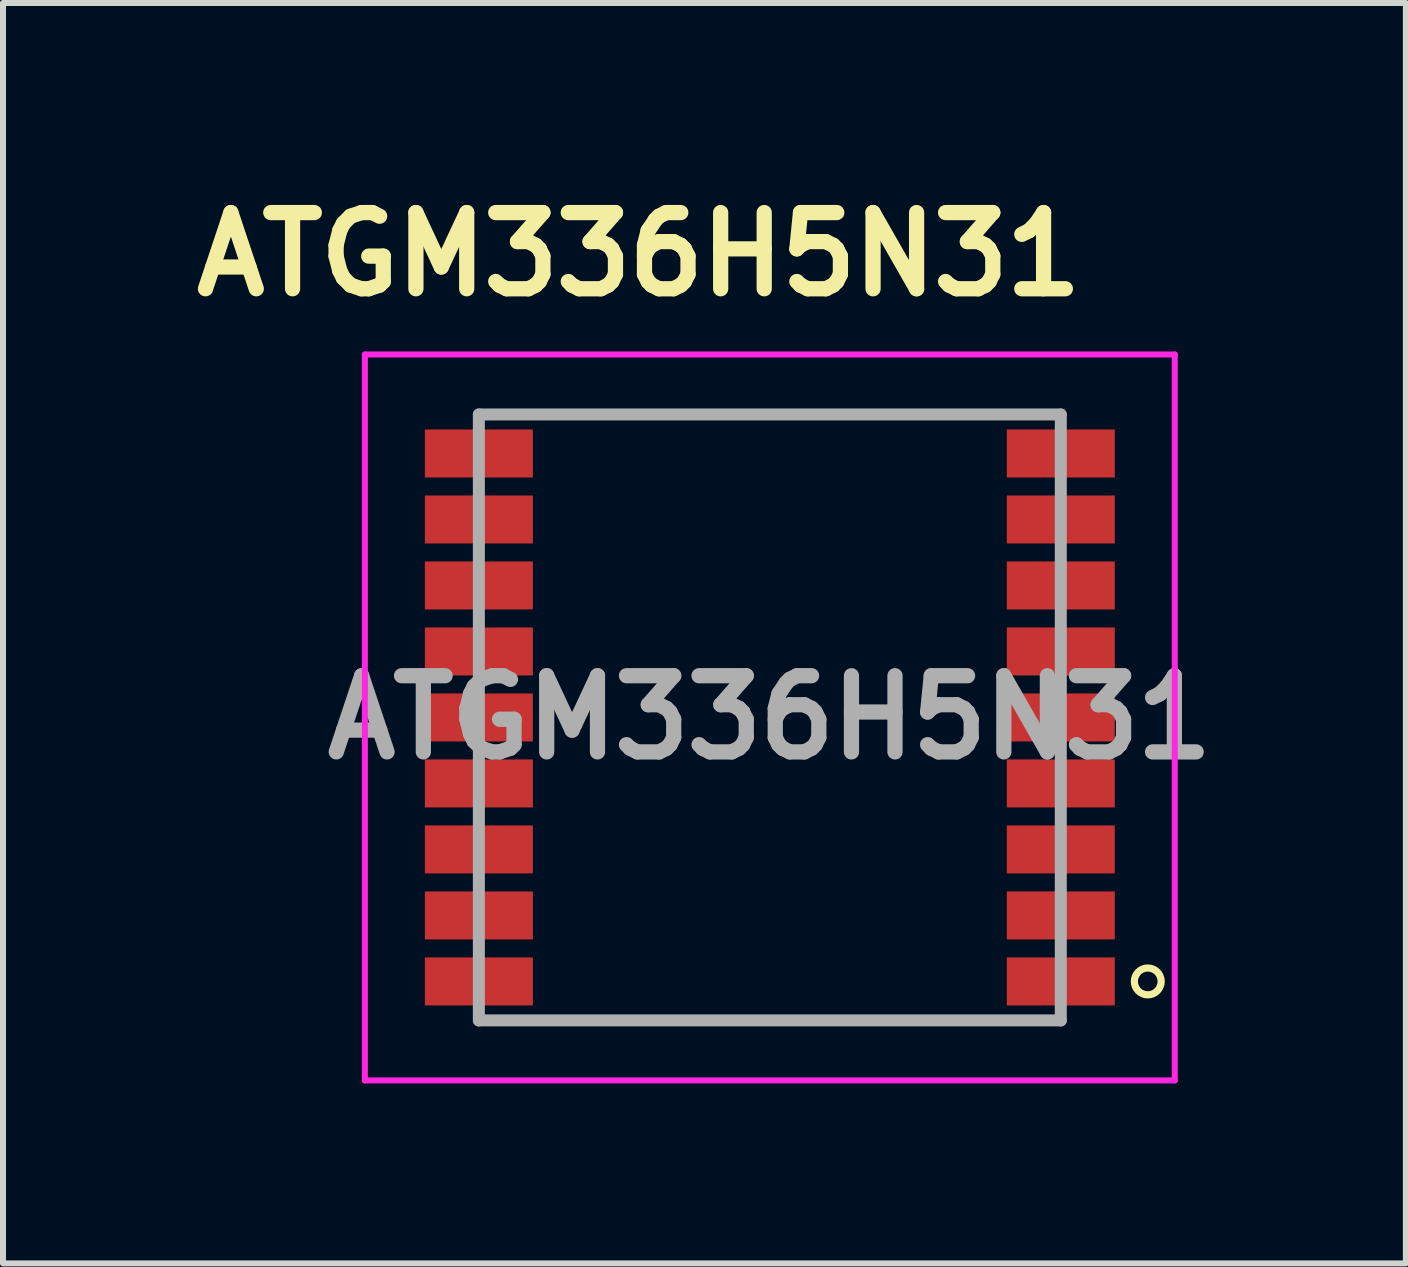
<source format=kicad_pcb>
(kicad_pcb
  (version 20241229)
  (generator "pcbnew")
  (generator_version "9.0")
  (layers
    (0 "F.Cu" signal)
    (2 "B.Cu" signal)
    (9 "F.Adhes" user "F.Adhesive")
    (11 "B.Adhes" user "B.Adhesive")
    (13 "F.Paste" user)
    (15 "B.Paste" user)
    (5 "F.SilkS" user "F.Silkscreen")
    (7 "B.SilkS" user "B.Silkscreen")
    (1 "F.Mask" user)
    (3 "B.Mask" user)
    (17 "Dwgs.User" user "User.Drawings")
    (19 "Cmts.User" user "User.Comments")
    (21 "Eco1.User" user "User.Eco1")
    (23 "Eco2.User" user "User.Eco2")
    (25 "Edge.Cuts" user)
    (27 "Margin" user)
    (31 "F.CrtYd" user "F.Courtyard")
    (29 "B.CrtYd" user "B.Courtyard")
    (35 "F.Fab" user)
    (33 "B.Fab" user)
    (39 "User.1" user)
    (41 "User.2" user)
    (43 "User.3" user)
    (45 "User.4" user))
  (footprint "ATGM336H5N31"
    (layer "F.Cu")
    (at 9.782 8.909)
    (property "Reference" "ATGM336H5N31" (at -2.18 -7.72 0) (layer "F.SilkS") (effects (font (size 1.27 1.27) (thickness 0.254))))
    (attr smd)
    (fp_circle (center 6.3 4.4) (end 6.4 4.6) (stroke (width 0.12) (type solid)) (fill no) (layer "F.SilkS"))
    (fp_line (start -6.75 -6.05) (end 6.75 -6.05) (stroke (width 0.1) (type solid)) (layer "F.CrtYd"))
    (fp_line (start -6.75 6.05) (end -6.75 -6.05) (stroke (width 0.1) (type solid)) (layer "F.CrtYd"))
    (fp_line (start 6.75 -6.05) (end 6.75 6.05) (stroke (width 0.1) (type solid)) (layer "F.CrtYd"))
    (fp_line (start 6.75 6.05) (end -6.75 6.05) (stroke (width 0.1) (type solid)) (layer "F.CrtYd"))
    (fp_line (start -4.85 -5.05) (end 4.85 -5.05) (stroke (width 0.2) (type solid)) (layer "F.Fab"))
    (fp_line (start -4.85 5.05) (end -4.85 -5.05) (stroke (width 0.2) (type solid)) (layer "F.Fab"))
    (fp_line (start 4.85 -5.05) (end 4.85 5.05) (stroke (width 0.2) (type solid)) (layer "F.Fab"))
    (fp_line (start 4.85 5.05) (end -4.85 5.05) (stroke (width 0.2) (type solid)) (layer "F.Fab"))
    (fp_text user "${REFERENCE}" (at 0 0 0) (layer "F.Fab") (effects (font (size 1.27 1.27) (thickness 0.254))))
    (pad "1" smd rect (at 4.85 4.4 90) (size 0.8 1.8) (layers "F.Cu" "F.Mask" "F.Paste"))
    (pad "2" smd rect (at 4.85 3.3 90) (size 0.8 1.8) (layers "F.Cu" "F.Mask" "F.Paste"))
    (pad "3" smd rect (at 4.85 2.2 90) (size 0.8 1.8) (layers "F.Cu" "F.Mask" "F.Paste"))
    (pad "4" smd rect (at 4.85 1.1 90) (size 0.8 1.8) (layers "F.Cu" "F.Mask" "F.Paste"))
    (pad "5" smd rect (at 4.85 0 90) (size 0.8 1.8) (layers "F.Cu" "F.Mask" "F.Paste"))
    (pad "6" smd rect (at 4.85 -1.1 90) (size 0.8 1.8) (layers "F.Cu" "F.Mask" "F.Paste"))
    (pad "7" smd rect (at 4.85 -2.2 90) (size 0.8 1.8) (layers "F.Cu" "F.Mask" "F.Paste"))
    (pad "8" smd rect (at 4.85 -3.3 90) (size 0.8 1.8) (layers "F.Cu" "F.Mask" "F.Paste"))
    (pad "9" smd rect (at 4.85 -4.4 90) (size 0.8 1.8) (layers "F.Cu" "F.Mask" "F.Paste"))
    (pad "10" smd rect (at -4.85 -4.4 90) (size 0.8 1.8) (layers "F.Cu" "F.Mask" "F.Paste"))
    (pad "11" smd rect (at -4.85 -3.3 90) (size 0.8 1.8) (layers "F.Cu" "F.Mask" "F.Paste"))
    (pad "12" smd rect (at -4.85 -2.2 90) (size 0.8 1.8) (layers "F.Cu" "F.Mask" "F.Paste"))
    (pad "13" smd rect (at -4.85 -1.1 90) (size 0.8 1.8) (layers "F.Cu" "F.Mask" "F.Paste"))
    (pad "14" smd rect (at -4.85 0 90) (size 0.8 1.8) (layers "F.Cu" "F.Mask" "F.Paste"))
    (pad "15" smd rect (at -4.85 1.1 90) (size 0.8 1.8) (layers "F.Cu" "F.Mask" "F.Paste"))
    (pad "16" smd rect (at -4.85 2.2 90) (size 0.8 1.8) (layers "F.Cu" "F.Mask" "F.Paste"))
    (pad "17" smd rect (at -4.85 3.3 90) (size 0.8 1.8) (layers "F.Cu" "F.Mask" "F.Paste"))
    (pad "18" smd rect (at -4.85 4.4 90) (size 0.8 1.8) (layers "F.Cu" "F.Mask" "F.Paste")))
  (gr_rect
    (start -3 -3)
    (end 20.384 18.009)
    (stroke (width 0.1) (type default))
    (fill no)
    (layer "Edge.Cuts")))
</source>
